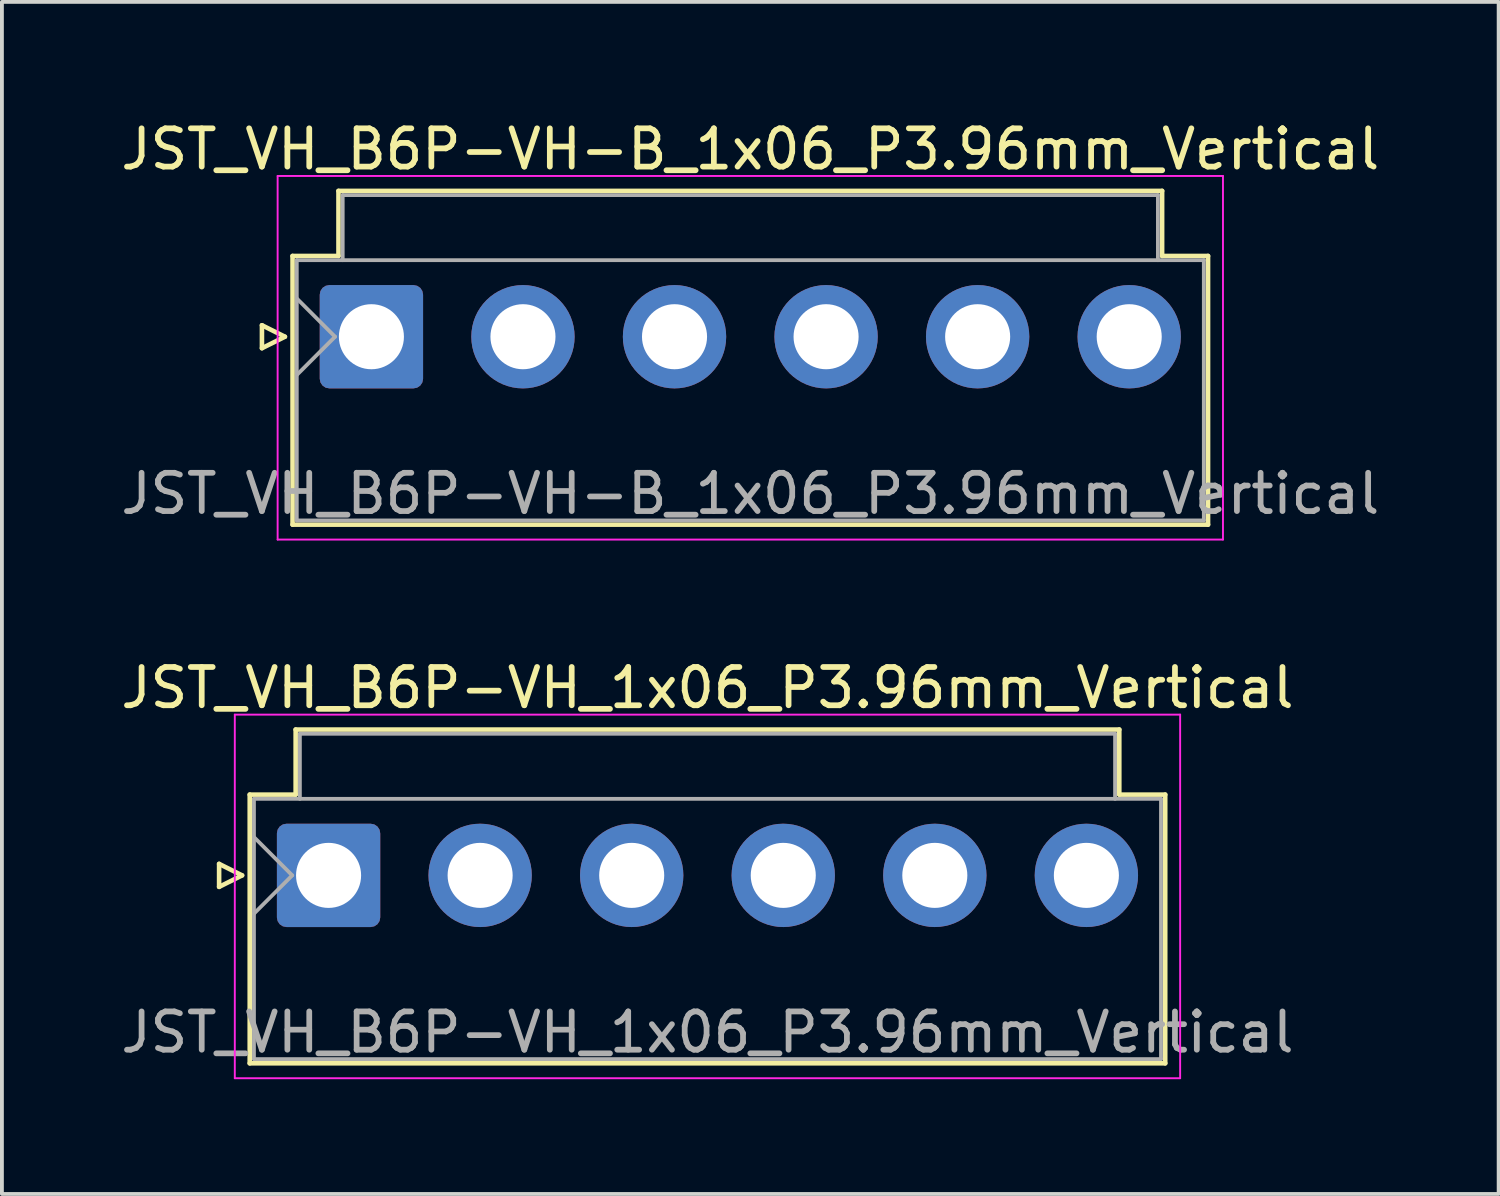
<source format=kicad_pcb>
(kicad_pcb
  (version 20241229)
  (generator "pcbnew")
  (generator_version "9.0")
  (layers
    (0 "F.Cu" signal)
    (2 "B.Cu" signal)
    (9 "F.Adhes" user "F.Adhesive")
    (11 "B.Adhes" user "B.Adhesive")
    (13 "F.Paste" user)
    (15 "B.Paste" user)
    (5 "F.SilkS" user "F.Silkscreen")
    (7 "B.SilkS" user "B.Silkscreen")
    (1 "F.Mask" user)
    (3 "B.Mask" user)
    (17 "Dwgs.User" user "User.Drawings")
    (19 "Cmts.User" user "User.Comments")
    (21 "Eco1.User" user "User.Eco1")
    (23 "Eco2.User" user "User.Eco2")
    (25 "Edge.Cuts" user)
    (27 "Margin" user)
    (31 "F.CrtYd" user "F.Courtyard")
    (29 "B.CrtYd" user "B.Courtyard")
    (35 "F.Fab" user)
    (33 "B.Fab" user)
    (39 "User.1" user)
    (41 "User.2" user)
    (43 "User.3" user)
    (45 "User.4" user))
  (footprint "JST_VH_B6P-VH-B_1x06_P3.96mm_Vertical"
    (layer "F.Cu")
    (at 6.654 5.748)
    (property "Reference" "JST_VH_B6P-VH-B_1x06_P3.96mm_Vertical" (at 9.9 -4.9 0) (layer "F.SilkS") (effects (font (size 1 1) (thickness 0.15))))
    (attr through_hole)
    (fp_line (start -2.86 -0.3) (end -2.26 0) (stroke (width 0.12) (type solid)) (layer "F.SilkS"))
    (fp_line (start -2.86 0.3) (end -2.86 -0.3) (stroke (width 0.12) (type solid)) (layer "F.SilkS"))
    (fp_line (start -2.26 0) (end -2.86 0.3) (stroke (width 0.12) (type solid)) (layer "F.SilkS"))
    (fp_line (start -2.06 -2.11) (end -0.86 -2.11) (stroke (width 0.12) (type solid)) (layer "F.SilkS"))
    (fp_line (start -2.06 4.91) (end -2.06 -2.11) (stroke (width 0.12) (type solid)) (layer "F.SilkS"))
    (fp_line (start -0.86 -3.81) (end 20.66 -3.81) (stroke (width 0.12) (type solid)) (layer "F.SilkS"))
    (fp_line (start -0.86 -2.11) (end -0.86 -3.81) (stroke (width 0.12) (type solid)) (layer "F.SilkS"))
    (fp_line (start 20.66 -3.81) (end 20.66 -2.11) (stroke (width 0.12) (type solid)) (layer "F.SilkS"))
    (fp_line (start 20.66 -2.11) (end 21.86 -2.11) (stroke (width 0.12) (type solid)) (layer "F.SilkS"))
    (fp_line (start 21.86 -2.11) (end 21.86 4.91) (stroke (width 0.12) (type solid)) (layer "F.SilkS"))
    (fp_line (start 21.86 4.91) (end -2.06 4.91) (stroke (width 0.12) (type solid)) (layer "F.SilkS"))
    (fp_line (start -2.45 -4.2) (end -2.45 5.3) (stroke (width 0.05) (type solid)) (layer "F.CrtYd"))
    (fp_line (start -2.45 5.3) (end 22.25 5.3) (stroke (width 0.05) (type solid)) (layer "F.CrtYd"))
    (fp_line (start 22.25 -4.2) (end -2.45 -4.2) (stroke (width 0.05) (type solid)) (layer "F.CrtYd"))
    (fp_line (start 22.25 5.3) (end 22.25 -4.2) (stroke (width 0.05) (type solid)) (layer "F.CrtYd"))
    (fp_line (start -1.95 -2) (end -1.95 4.8) (stroke (width 0.1) (type solid)) (layer "F.Fab"))
    (fp_line (start -1.95 -1) (end -0.95 0) (stroke (width 0.1) (type solid)) (layer "F.Fab"))
    (fp_line (start -1.95 1) (end -0.95 0) (stroke (width 0.1) (type solid)) (layer "F.Fab"))
    (fp_line (start -1.95 4.8) (end 21.75 4.8) (stroke (width 0.1) (type solid)) (layer "F.Fab"))
    (fp_line (start -0.75 -3.7) (end 20.55 -3.7) (stroke (width 0.1) (type solid)) (layer "F.Fab"))
    (fp_line (start -0.75 -2) (end -0.75 -3.7) (stroke (width 0.1) (type solid)) (layer "F.Fab"))
    (fp_line (start 20.55 -3.7) (end 20.55 -2) (stroke (width 0.1) (type solid)) (layer "F.Fab"))
    (fp_line (start 21.75 -2) (end -1.95 -2) (stroke (width 0.1) (type solid)) (layer "F.Fab"))
    (fp_line (start 21.75 4.8) (end 21.75 -2) (stroke (width 0.1) (type solid)) (layer "F.Fab"))
    (fp_text user "${REFERENCE}" (at 9.9 4.1 0) (layer "F.Fab") (effects (font (size 1 1) (thickness 0.15))))
    (pad "1" thru_hole roundrect (at 0 0) (size 2.7 2.7) (drill 1.7) (layers "*.Cu" "*.Mask") (roundrect_rratio 0.093))
    (pad "2" thru_hole circle (at 3.96 0) (size 2.7 2.7) (drill 1.7) (layers "*.Cu" "*.Mask"))
    (pad "3" thru_hole circle (at 7.92 0) (size 2.7 2.7) (drill 1.7) (layers "*.Cu" "*.Mask"))
    (pad "4" thru_hole circle (at 11.88 0) (size 2.7 2.7) (drill 1.7) (layers "*.Cu" "*.Mask"))
    (pad "5" thru_hole circle (at 15.84 0) (size 2.7 2.7) (drill 1.7) (layers "*.Cu" "*.Mask"))
    (pad "6" thru_hole circle (at 19.8 0) (size 2.7 2.7) (drill 1.7) (layers "*.Cu" "*.Mask")))
  (footprint "JST_VH_B6P-VH_1x06_P3.96mm_Vertical"
    (layer "F.Cu")
    (at 5.535 19.822)
    (property "Reference" "JST_VH_B6P-VH_1x06_P3.96mm_Vertical" (at 9.9 -4.9 0) (layer "F.SilkS") (effects (font (size 1 1) (thickness 0.15))))
    (attr through_hole)
    (fp_line (start -2.86 -0.3) (end -2.26 0) (stroke (width 0.12) (type solid)) (layer "F.SilkS"))
    (fp_line (start -2.86 0.3) (end -2.86 -0.3) (stroke (width 0.12) (type solid)) (layer "F.SilkS"))
    (fp_line (start -2.26 0) (end -2.86 0.3) (stroke (width 0.12) (type solid)) (layer "F.SilkS"))
    (fp_line (start -2.06 -2.11) (end -0.86 -2.11) (stroke (width 0.12) (type solid)) (layer "F.SilkS"))
    (fp_line (start -2.06 4.91) (end -2.06 -2.11) (stroke (width 0.12) (type solid)) (layer "F.SilkS"))
    (fp_line (start -0.86 -3.81) (end 20.66 -3.81) (stroke (width 0.12) (type solid)) (layer "F.SilkS"))
    (fp_line (start -0.86 -2.11) (end -0.86 -3.81) (stroke (width 0.12) (type solid)) (layer "F.SilkS"))
    (fp_line (start 20.66 -3.81) (end 20.66 -2.11) (stroke (width 0.12) (type solid)) (layer "F.SilkS"))
    (fp_line (start 20.66 -2.11) (end 21.86 -2.11) (stroke (width 0.12) (type solid)) (layer "F.SilkS"))
    (fp_line (start 21.86 -2.11) (end 21.86 4.91) (stroke (width 0.12) (type solid)) (layer "F.SilkS"))
    (fp_line (start 21.86 4.91) (end -2.06 4.91) (stroke (width 0.12) (type solid)) (layer "F.SilkS"))
    (fp_line (start -2.45 -4.2) (end -2.45 5.3) (stroke (width 0.05) (type solid)) (layer "F.CrtYd"))
    (fp_line (start -2.45 5.3) (end 22.25 5.3) (stroke (width 0.05) (type solid)) (layer "F.CrtYd"))
    (fp_line (start 22.25 -4.2) (end -2.45 -4.2) (stroke (width 0.05) (type solid)) (layer "F.CrtYd"))
    (fp_line (start 22.25 5.3) (end 22.25 -4.2) (stroke (width 0.05) (type solid)) (layer "F.CrtYd"))
    (fp_line (start -1.95 -2) (end -1.95 4.8) (stroke (width 0.1) (type solid)) (layer "F.Fab"))
    (fp_line (start -1.95 -1) (end -0.95 0) (stroke (width 0.1) (type solid)) (layer "F.Fab"))
    (fp_line (start -1.95 1) (end -0.95 0) (stroke (width 0.1) (type solid)) (layer "F.Fab"))
    (fp_line (start -1.95 4.8) (end 21.75 4.8) (stroke (width 0.1) (type solid)) (layer "F.Fab"))
    (fp_line (start -0.75 -3.7) (end 20.55 -3.7) (stroke (width 0.1) (type solid)) (layer "F.Fab"))
    (fp_line (start -0.75 -2) (end -0.75 -3.7) (stroke (width 0.1) (type solid)) (layer "F.Fab"))
    (fp_line (start 20.55 -3.7) (end 20.55 -2) (stroke (width 0.1) (type solid)) (layer "F.Fab"))
    (fp_line (start 21.75 -2) (end -1.95 -2) (stroke (width 0.1) (type solid)) (layer "F.Fab"))
    (fp_line (start 21.75 4.8) (end 21.75 -2) (stroke (width 0.1) (type solid)) (layer "F.Fab"))
    (fp_text user "${REFERENCE}" (at 9.9 4.1 0) (layer "F.Fab") (effects (font (size 1 1) (thickness 0.15))))
    (pad "1" thru_hole roundrect (at 0 0) (size 2.7 2.7) (drill 1.7) (layers "*.Cu" "*.Mask") (roundrect_rratio 0.093))
    (pad "2" thru_hole circle (at 3.96 0) (size 2.7 2.7) (drill 1.7) (layers "*.Cu" "*.Mask"))
    (pad "3" thru_hole circle (at 7.92 0) (size 2.7 2.7) (drill 1.7) (layers "*.Cu" "*.Mask"))
    (pad "4" thru_hole circle (at 11.88 0) (size 2.7 2.7) (drill 1.7) (layers "*.Cu" "*.Mask"))
    (pad "5" thru_hole circle (at 15.84 0) (size 2.7 2.7) (drill 1.7) (layers "*.Cu" "*.Mask"))
    (pad "6" thru_hole circle (at 19.8 0) (size 2.7 2.7) (drill 1.7) (layers "*.Cu" "*.Mask")))
  (gr_rect
    (start -3 -3)
    (end 36.107 28.146)
    (stroke (width 0.1) (type default))
    (fill no)
    (layer "Edge.Cuts")))
</source>
